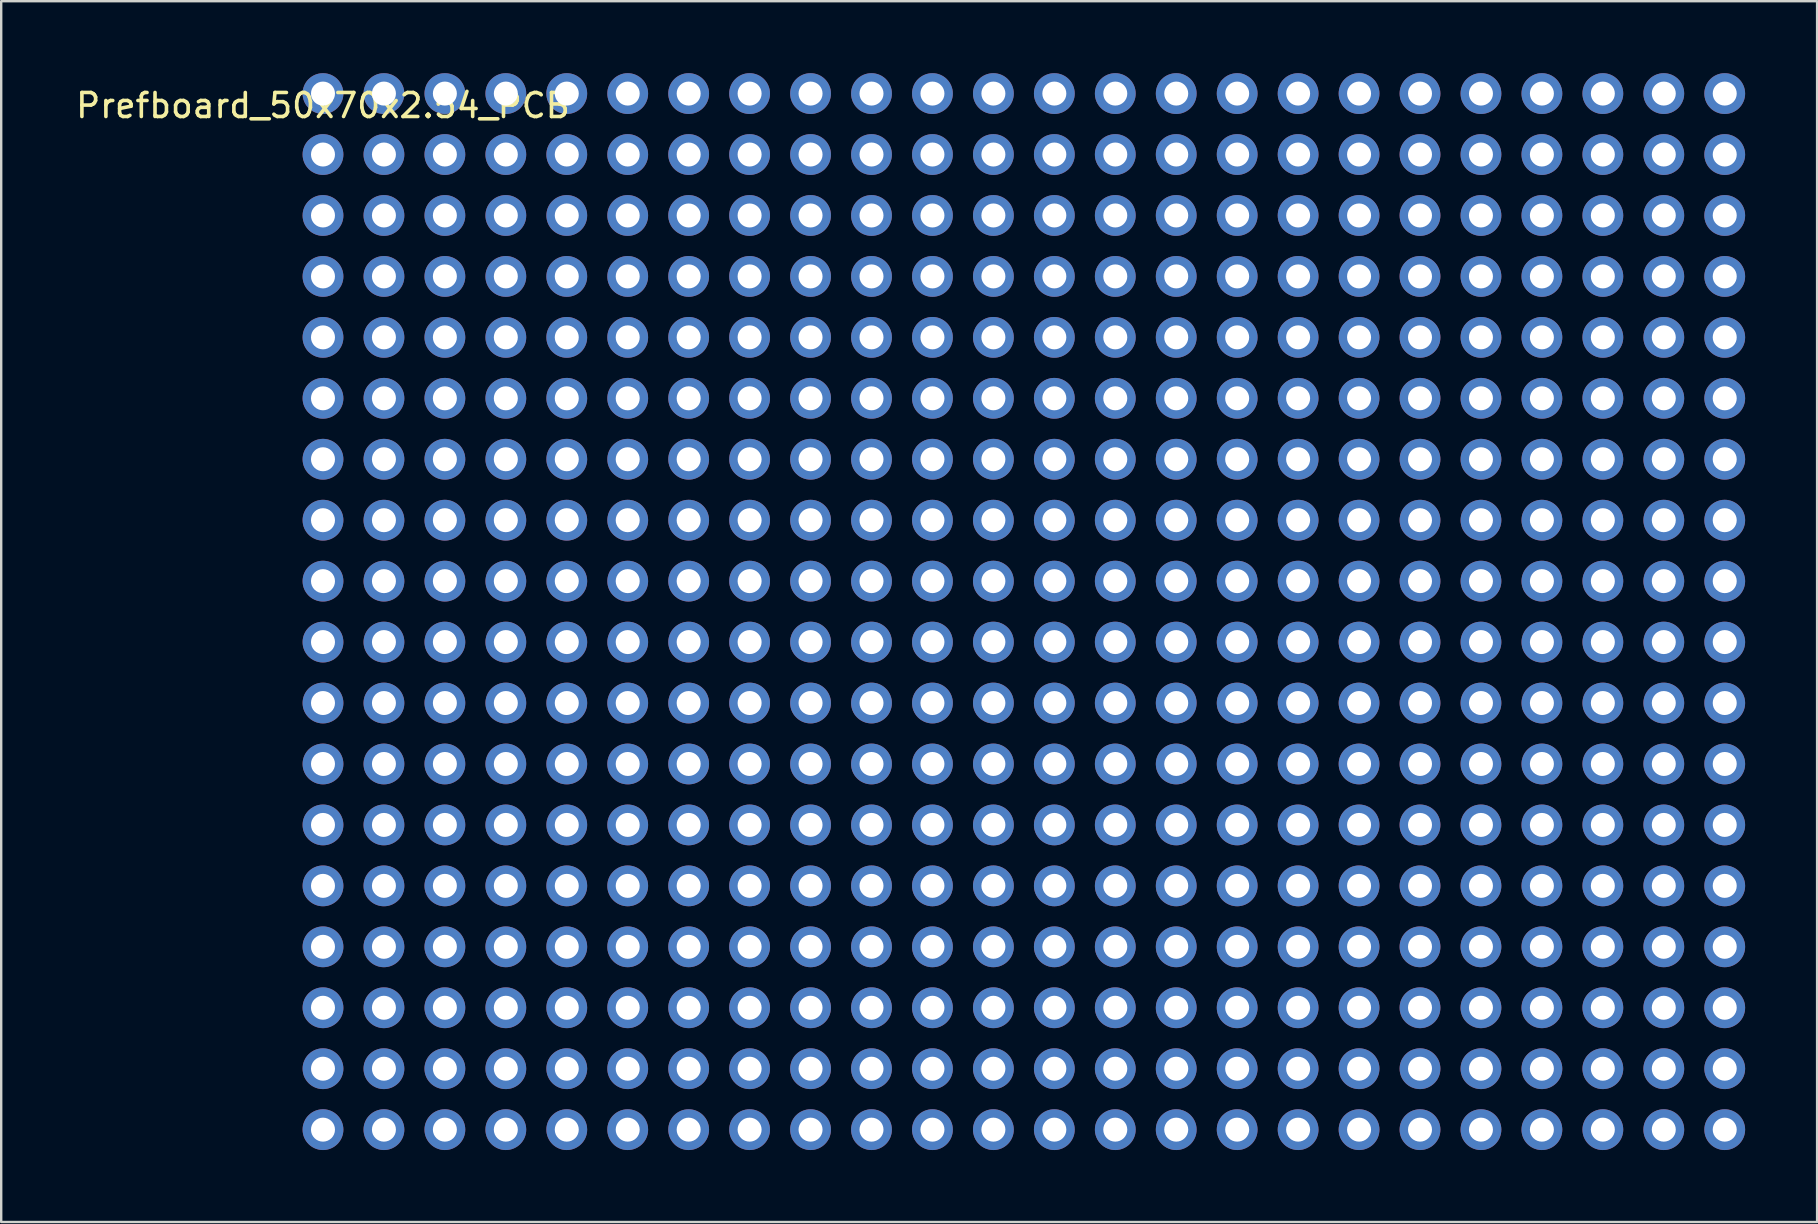
<source format=kicad_pcb>
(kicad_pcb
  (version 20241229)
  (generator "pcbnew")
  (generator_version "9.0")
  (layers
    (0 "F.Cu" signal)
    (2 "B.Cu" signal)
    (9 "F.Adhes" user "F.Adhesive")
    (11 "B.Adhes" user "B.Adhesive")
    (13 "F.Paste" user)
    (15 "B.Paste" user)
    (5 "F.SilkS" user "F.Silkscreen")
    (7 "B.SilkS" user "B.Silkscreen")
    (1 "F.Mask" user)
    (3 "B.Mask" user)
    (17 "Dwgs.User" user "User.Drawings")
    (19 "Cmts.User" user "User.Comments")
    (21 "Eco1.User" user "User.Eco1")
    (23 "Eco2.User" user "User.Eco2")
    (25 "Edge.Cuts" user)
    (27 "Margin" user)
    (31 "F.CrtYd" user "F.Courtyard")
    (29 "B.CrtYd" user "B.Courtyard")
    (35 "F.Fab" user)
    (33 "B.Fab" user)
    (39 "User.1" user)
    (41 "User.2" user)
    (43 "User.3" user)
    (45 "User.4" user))
  (footprint "Prefboard_50x70x2.54_PCB"
    (layer "F.Cu")
    (at 10.411 0.85)
    (property "Reference" "Prefboard_50x70x2.54_PCB" (at 0 0.5 0) (layer "F.SilkS") (effects (font (size 1 1) (thickness 0.15))))
    (attr through_hole)
    (pad "1" thru_hole circle (at 0 0) (size 1.7 1.7) (drill 1) (layers "*.Cu" "*.Mask"))
    (pad "2" thru_hole circle (at 2.54 0) (size 1.7 1.7) (drill 1) (layers "*.Cu" "*.Mask"))
    (pad "3" thru_hole circle (at 5.08 0) (size 1.7 1.7) (drill 1) (layers "*.Cu" "*.Mask"))
    (pad "4" thru_hole circle (at 7.62 0) (size 1.7 1.7) (drill 1) (layers "*.Cu" "*.Mask"))
    (pad "5" thru_hole circle (at 10.16 0) (size 1.7 1.7) (drill 1) (layers "*.Cu" "*.Mask"))
    (pad "6" thru_hole circle (at 12.7 0) (size 1.7 1.7) (drill 1) (layers "*.Cu" "*.Mask"))
    (pad "7" thru_hole circle (at 15.24 0) (size 1.7 1.7) (drill 1) (layers "*.Cu" "*.Mask"))
    (pad "8" thru_hole circle (at 17.78 0) (size 1.7 1.7) (drill 1) (layers "*.Cu" "*.Mask"))
    (pad "9" thru_hole circle (at 20.32 0) (size 1.7 1.7) (drill 1) (layers "*.Cu" "*.Mask"))
    (pad "10" thru_hole circle (at 22.86 0) (size 1.7 1.7) (drill 1) (layers "*.Cu" "*.Mask"))
    (pad "11" thru_hole circle (at 25.4 0) (size 1.7 1.7) (drill 1) (layers "*.Cu" "*.Mask"))
    (pad "12" thru_hole circle (at 27.94 0) (size 1.7 1.7) (drill 1) (layers "*.Cu" "*.Mask"))
    (pad "13" thru_hole circle (at 30.48 0) (size 1.7 1.7) (drill 1) (layers "*.Cu" "*.Mask"))
    (pad "14" thru_hole circle (at 33.02 0) (size 1.7 1.7) (drill 1) (layers "*.Cu" "*.Mask"))
    (pad "15" thru_hole circle (at 35.56 0) (size 1.7 1.7) (drill 1) (layers "*.Cu" "*.Mask"))
    (pad "16" thru_hole circle (at 38.1 0) (size 1.7 1.7) (drill 1) (layers "*.Cu" "*.Mask"))
    (pad "17" thru_hole circle (at 40.64 0) (size 1.7 1.7) (drill 1) (layers "*.Cu" "*.Mask"))
    (pad "18" thru_hole circle (at 43.18 0) (size 1.7 1.7) (drill 1) (layers "*.Cu" "*.Mask"))
    (pad "19" thru_hole circle (at 45.72 0) (size 1.7 1.7) (drill 1) (layers "*.Cu" "*.Mask"))
    (pad "20" thru_hole circle (at 48.26 0) (size 1.7 1.7) (drill 1) (layers "*.Cu" "*.Mask"))
    (pad "21" thru_hole circle (at 50.8 0) (size 1.7 1.7) (drill 1) (layers "*.Cu" "*.Mask"))
    (pad "22" thru_hole circle (at 53.34 0) (size 1.7 1.7) (drill 1) (layers "*.Cu" "*.Mask"))
    (pad "23" thru_hole circle (at 55.88 0) (size 1.7 1.7) (drill 1) (layers "*.Cu" "*.Mask"))
    (pad "24" thru_hole circle (at 58.42 0) (size 1.7 1.7) (drill 1) (layers "*.Cu" "*.Mask"))
    (pad "25" thru_hole circle (at 0 2.54) (size 1.7 1.7) (drill 1) (layers "*.Cu" "*.Mask"))
    (pad "26" thru_hole circle (at 2.54 2.54) (size 1.7 1.7) (drill 1) (layers "*.Cu" "*.Mask"))
    (pad "27" thru_hole circle (at 5.08 2.54) (size 1.7 1.7) (drill 1) (layers "*.Cu" "*.Mask"))
    (pad "28" thru_hole circle (at 7.62 2.54) (size 1.7 1.7) (drill 1) (layers "*.Cu" "*.Mask"))
    (pad "29" thru_hole circle (at 10.16 2.54) (size 1.7 1.7) (drill 1) (layers "*.Cu" "*.Mask"))
    (pad "30" thru_hole circle (at 12.7 2.54) (size 1.7 1.7) (drill 1) (layers "*.Cu" "*.Mask"))
    (pad "31" thru_hole circle (at 15.24 2.54) (size 1.7 1.7) (drill 1) (layers "*.Cu" "*.Mask"))
    (pad "32" thru_hole circle (at 17.78 2.54) (size 1.7 1.7) (drill 1) (layers "*.Cu" "*.Mask"))
    (pad "33" thru_hole circle (at 20.32 2.54) (size 1.7 1.7) (drill 1) (layers "*.Cu" "*.Mask"))
    (pad "34" thru_hole circle (at 22.86 2.54) (size 1.7 1.7) (drill 1) (layers "*.Cu" "*.Mask"))
    (pad "35" thru_hole circle (at 25.4 2.54) (size 1.7 1.7) (drill 1) (layers "*.Cu" "*.Mask"))
    (pad "36" thru_hole circle (at 27.94 2.54) (size 1.7 1.7) (drill 1) (layers "*.Cu" "*.Mask"))
    (pad "37" thru_hole circle (at 30.48 2.54) (size 1.7 1.7) (drill 1) (layers "*.Cu" "*.Mask"))
    (pad "38" thru_hole circle (at 33.02 2.54) (size 1.7 1.7) (drill 1) (layers "*.Cu" "*.Mask"))
    (pad "39" thru_hole circle (at 35.56 2.54) (size 1.7 1.7) (drill 1) (layers "*.Cu" "*.Mask"))
    (pad "40" thru_hole circle (at 38.1 2.54) (size 1.7 1.7) (drill 1) (layers "*.Cu" "*.Mask"))
    (pad "41" thru_hole circle (at 40.64 2.54) (size 1.7 1.7) (drill 1) (layers "*.Cu" "*.Mask"))
    (pad "42" thru_hole circle (at 43.18 2.54) (size 1.7 1.7) (drill 1) (layers "*.Cu" "*.Mask"))
    (pad "43" thru_hole circle (at 45.72 2.54) (size 1.7 1.7) (drill 1) (layers "*.Cu" "*.Mask"))
    (pad "44" thru_hole circle (at 48.26 2.54) (size 1.7 1.7) (drill 1) (layers "*.Cu" "*.Mask"))
    (pad "45" thru_hole circle (at 50.8 2.54) (size 1.7 1.7) (drill 1) (layers "*.Cu" "*.Mask"))
    (pad "46" thru_hole circle (at 53.34 2.54) (size 1.7 1.7) (drill 1) (layers "*.Cu" "*.Mask"))
    (pad "47" thru_hole circle (at 55.88 2.54) (size 1.7 1.7) (drill 1) (layers "*.Cu" "*.Mask"))
    (pad "48" thru_hole circle (at 58.42 2.54) (size 1.7 1.7) (drill 1) (layers "*.Cu" "*.Mask"))
    (pad "49" thru_hole circle (at 0 5.08) (size 1.7 1.7) (drill 1) (layers "*.Cu" "*.Mask"))
    (pad "50" thru_hole circle (at 2.54 5.08) (size 1.7 1.7) (drill 1) (layers "*.Cu" "*.Mask"))
    (pad "51" thru_hole circle (at 5.08 5.08) (size 1.7 1.7) (drill 1) (layers "*.Cu" "*.Mask"))
    (pad "52" thru_hole circle (at 7.62 5.08) (size 1.7 1.7) (drill 1) (layers "*.Cu" "*.Mask"))
    (pad "53" thru_hole circle (at 10.16 5.08) (size 1.7 1.7) (drill 1) (layers "*.Cu" "*.Mask"))
    (pad "54" thru_hole circle (at 12.7 5.08) (size 1.7 1.7) (drill 1) (layers "*.Cu" "*.Mask"))
    (pad "55" thru_hole circle (at 15.24 5.08) (size 1.7 1.7) (drill 1) (layers "*.Cu" "*.Mask"))
    (pad "56" thru_hole circle (at 17.78 5.08) (size 1.7 1.7) (drill 1) (layers "*.Cu" "*.Mask"))
    (pad "57" thru_hole circle (at 20.32 5.08) (size 1.7 1.7) (drill 1) (layers "*.Cu" "*.Mask"))
    (pad "58" thru_hole circle (at 22.86 5.08) (size 1.7 1.7) (drill 1) (layers "*.Cu" "*.Mask"))
    (pad "59" thru_hole circle (at 25.4 5.08) (size 1.7 1.7) (drill 1) (layers "*.Cu" "*.Mask"))
    (pad "60" thru_hole circle (at 27.94 5.08) (size 1.7 1.7) (drill 1) (layers "*.Cu" "*.Mask"))
    (pad "61" thru_hole circle (at 30.48 5.08) (size 1.7 1.7) (drill 1) (layers "*.Cu" "*.Mask"))
    (pad "62" thru_hole circle (at 33.02 5.08) (size 1.7 1.7) (drill 1) (layers "*.Cu" "*.Mask"))
    (pad "63" thru_hole circle (at 35.56 5.08) (size 1.7 1.7) (drill 1) (layers "*.Cu" "*.Mask"))
    (pad "64" thru_hole circle (at 38.1 5.08) (size 1.7 1.7) (drill 1) (layers "*.Cu" "*.Mask"))
    (pad "65" thru_hole circle (at 40.64 5.08) (size 1.7 1.7) (drill 1) (layers "*.Cu" "*.Mask"))
    (pad "66" thru_hole circle (at 43.18 5.08) (size 1.7 1.7) (drill 1) (layers "*.Cu" "*.Mask"))
    (pad "67" thru_hole circle (at 45.72 5.08) (size 1.7 1.7) (drill 1) (layers "*.Cu" "*.Mask"))
    (pad "68" thru_hole circle (at 48.26 5.08) (size 1.7 1.7) (drill 1) (layers "*.Cu" "*.Mask"))
    (pad "69" thru_hole circle (at 50.8 5.08) (size 1.7 1.7) (drill 1) (layers "*.Cu" "*.Mask"))
    (pad "70" thru_hole circle (at 53.34 5.08) (size 1.7 1.7) (drill 1) (layers "*.Cu" "*.Mask"))
    (pad "71" thru_hole circle (at 55.88 5.08) (size 1.7 1.7) (drill 1) (layers "*.Cu" "*.Mask"))
    (pad "72" thru_hole circle (at 58.42 5.08) (size 1.7 1.7) (drill 1) (layers "*.Cu" "*.Mask"))
    (pad "73" thru_hole circle (at 0 7.62) (size 1.7 1.7) (drill 1) (layers "*.Cu" "*.Mask"))
    (pad "74" thru_hole circle (at 2.54 7.62) (size 1.7 1.7) (drill 1) (layers "*.Cu" "*.Mask"))
    (pad "75" thru_hole circle (at 5.08 7.62) (size 1.7 1.7) (drill 1) (layers "*.Cu" "*.Mask"))
    (pad "76" thru_hole circle (at 7.62 7.62) (size 1.7 1.7) (drill 1) (layers "*.Cu" "*.Mask"))
    (pad "77" thru_hole circle (at 10.16 7.62) (size 1.7 1.7) (drill 1) (layers "*.Cu" "*.Mask"))
    (pad "78" thru_hole circle (at 12.7 7.62) (size 1.7 1.7) (drill 1) (layers "*.Cu" "*.Mask"))
    (pad "79" thru_hole circle (at 15.24 7.62) (size 1.7 1.7) (drill 1) (layers "*.Cu" "*.Mask"))
    (pad "80" thru_hole circle (at 17.78 7.62) (size 1.7 1.7) (drill 1) (layers "*.Cu" "*.Mask"))
    (pad "81" thru_hole circle (at 20.32 7.62) (size 1.7 1.7) (drill 1) (layers "*.Cu" "*.Mask"))
    (pad "82" thru_hole circle (at 22.86 7.62) (size 1.7 1.7) (drill 1) (layers "*.Cu" "*.Mask"))
    (pad "83" thru_hole circle (at 25.4 7.62) (size 1.7 1.7) (drill 1) (layers "*.Cu" "*.Mask"))
    (pad "84" thru_hole circle (at 27.94 7.62) (size 1.7 1.7) (drill 1) (layers "*.Cu" "*.Mask"))
    (pad "85" thru_hole circle (at 30.48 7.62) (size 1.7 1.7) (drill 1) (layers "*.Cu" "*.Mask"))
    (pad "86" thru_hole circle (at 33.02 7.62) (size 1.7 1.7) (drill 1) (layers "*.Cu" "*.Mask"))
    (pad "87" thru_hole circle (at 35.56 7.62) (size 1.7 1.7) (drill 1) (layers "*.Cu" "*.Mask"))
    (pad "88" thru_hole circle (at 38.1 7.62) (size 1.7 1.7) (drill 1) (layers "*.Cu" "*.Mask"))
    (pad "89" thru_hole circle (at 40.64 7.62) (size 1.7 1.7) (drill 1) (layers "*.Cu" "*.Mask"))
    (pad "90" thru_hole circle (at 43.18 7.62) (size 1.7 1.7) (drill 1) (layers "*.Cu" "*.Mask"))
    (pad "91" thru_hole circle (at 45.72 7.62) (size 1.7 1.7) (drill 1) (layers "*.Cu" "*.Mask"))
    (pad "92" thru_hole circle (at 48.26 7.62) (size 1.7 1.7) (drill 1) (layers "*.Cu" "*.Mask"))
    (pad "93" thru_hole circle (at 50.8 7.62) (size 1.7 1.7) (drill 1) (layers "*.Cu" "*.Mask"))
    (pad "94" thru_hole circle (at 53.34 7.62) (size 1.7 1.7) (drill 1) (layers "*.Cu" "*.Mask"))
    (pad "95" thru_hole circle (at 55.88 7.62) (size 1.7 1.7) (drill 1) (layers "*.Cu" "*.Mask"))
    (pad "96" thru_hole circle (at 58.42 7.62) (size 1.7 1.7) (drill 1) (layers "*.Cu" "*.Mask"))
    (pad "97" thru_hole circle (at 0 10.16) (size 1.7 1.7) (drill 1) (layers "*.Cu" "*.Mask"))
    (pad "98" thru_hole circle (at 2.54 10.16) (size 1.7 1.7) (drill 1) (layers "*.Cu" "*.Mask"))
    (pad "99" thru_hole circle (at 5.08 10.16) (size 1.7 1.7) (drill 1) (layers "*.Cu" "*.Mask"))
    (pad "100" thru_hole circle (at 7.62 10.16) (size 1.7 1.7) (drill 1) (layers "*.Cu" "*.Mask"))
    (pad "101" thru_hole circle (at 10.16 10.16) (size 1.7 1.7) (drill 1) (layers "*.Cu" "*.Mask"))
    (pad "102" thru_hole circle (at 12.7 10.16) (size 1.7 1.7) (drill 1) (layers "*.Cu" "*.Mask"))
    (pad "103" thru_hole circle (at 15.24 10.16) (size 1.7 1.7) (drill 1) (layers "*.Cu" "*.Mask"))
    (pad "104" thru_hole circle (at 17.78 10.16) (size 1.7 1.7) (drill 1) (layers "*.Cu" "*.Mask"))
    (pad "105" thru_hole circle (at 20.32 10.16) (size 1.7 1.7) (drill 1) (layers "*.Cu" "*.Mask"))
    (pad "106" thru_hole circle (at 22.86 10.16) (size 1.7 1.7) (drill 1) (layers "*.Cu" "*.Mask"))
    (pad "107" thru_hole circle (at 25.4 10.16) (size 1.7 1.7) (drill 1) (layers "*.Cu" "*.Mask"))
    (pad "108" thru_hole circle (at 27.94 10.16) (size 1.7 1.7) (drill 1) (layers "*.Cu" "*.Mask"))
    (pad "109" thru_hole circle (at 30.48 10.16) (size 1.7 1.7) (drill 1) (layers "*.Cu" "*.Mask"))
    (pad "110" thru_hole circle (at 33.02 10.16) (size 1.7 1.7) (drill 1) (layers "*.Cu" "*.Mask"))
    (pad "111" thru_hole circle (at 35.56 10.16) (size 1.7 1.7) (drill 1) (layers "*.Cu" "*.Mask"))
    (pad "112" thru_hole circle (at 38.1 10.16) (size 1.7 1.7) (drill 1) (layers "*.Cu" "*.Mask"))
    (pad "113" thru_hole circle (at 40.64 10.16) (size 1.7 1.7) (drill 1) (layers "*.Cu" "*.Mask"))
    (pad "114" thru_hole circle (at 43.18 10.16) (size 1.7 1.7) (drill 1) (layers "*.Cu" "*.Mask"))
    (pad "115" thru_hole circle (at 45.72 10.16) (size 1.7 1.7) (drill 1) (layers "*.Cu" "*.Mask"))
    (pad "116" thru_hole circle (at 48.26 10.16) (size 1.7 1.7) (drill 1) (layers "*.Cu" "*.Mask"))
    (pad "117" thru_hole circle (at 50.8 10.16) (size 1.7 1.7) (drill 1) (layers "*.Cu" "*.Mask"))
    (pad "118" thru_hole circle (at 53.34 10.16) (size 1.7 1.7) (drill 1) (layers "*.Cu" "*.Mask"))
    (pad "119" thru_hole circle (at 55.88 10.16) (size 1.7 1.7) (drill 1) (layers "*.Cu" "*.Mask"))
    (pad "120" thru_hole circle (at 58.42 10.16) (size 1.7 1.7) (drill 1) (layers "*.Cu" "*.Mask"))
    (pad "121" thru_hole circle (at 0 12.7) (size 1.7 1.7) (drill 1) (layers "*.Cu" "*.Mask"))
    (pad "122" thru_hole circle (at 2.54 12.7) (size 1.7 1.7) (drill 1) (layers "*.Cu" "*.Mask"))
    (pad "123" thru_hole circle (at 5.08 12.7) (size 1.7 1.7) (drill 1) (layers "*.Cu" "*.Mask"))
    (pad "124" thru_hole circle (at 7.62 12.7) (size 1.7 1.7) (drill 1) (layers "*.Cu" "*.Mask"))
    (pad "125" thru_hole circle (at 10.16 12.7) (size 1.7 1.7) (drill 1) (layers "*.Cu" "*.Mask"))
    (pad "126" thru_hole circle (at 12.7 12.7) (size 1.7 1.7) (drill 1) (layers "*.Cu" "*.Mask"))
    (pad "127" thru_hole circle (at 15.24 12.7) (size 1.7 1.7) (drill 1) (layers "*.Cu" "*.Mask"))
    (pad "128" thru_hole circle (at 17.78 12.7) (size 1.7 1.7) (drill 1) (layers "*.Cu" "*.Mask"))
    (pad "129" thru_hole circle (at 20.32 12.7) (size 1.7 1.7) (drill 1) (layers "*.Cu" "*.Mask"))
    (pad "130" thru_hole circle (at 22.86 12.7) (size 1.7 1.7) (drill 1) (layers "*.Cu" "*.Mask"))
    (pad "131" thru_hole circle (at 25.4 12.7) (size 1.7 1.7) (drill 1) (layers "*.Cu" "*.Mask"))
    (pad "132" thru_hole circle (at 27.94 12.7) (size 1.7 1.7) (drill 1) (layers "*.Cu" "*.Mask"))
    (pad "133" thru_hole circle (at 30.48 12.7) (size 1.7 1.7) (drill 1) (layers "*.Cu" "*.Mask"))
    (pad "134" thru_hole circle (at 33.02 12.7) (size 1.7 1.7) (drill 1) (layers "*.Cu" "*.Mask"))
    (pad "135" thru_hole circle (at 35.56 12.7) (size 1.7 1.7) (drill 1) (layers "*.Cu" "*.Mask"))
    (pad "136" thru_hole circle (at 38.1 12.7) (size 1.7 1.7) (drill 1) (layers "*.Cu" "*.Mask"))
    (pad "137" thru_hole circle (at 40.64 12.7) (size 1.7 1.7) (drill 1) (layers "*.Cu" "*.Mask"))
    (pad "138" thru_hole circle (at 43.18 12.7) (size 1.7 1.7) (drill 1) (layers "*.Cu" "*.Mask"))
    (pad "139" thru_hole circle (at 45.72 12.7) (size 1.7 1.7) (drill 1) (layers "*.Cu" "*.Mask"))
    (pad "140" thru_hole circle (at 48.26 12.7) (size 1.7 1.7) (drill 1) (layers "*.Cu" "*.Mask"))
    (pad "141" thru_hole circle (at 50.8 12.7) (size 1.7 1.7) (drill 1) (layers "*.Cu" "*.Mask"))
    (pad "142" thru_hole circle (at 53.34 12.7) (size 1.7 1.7) (drill 1) (layers "*.Cu" "*.Mask"))
    (pad "143" thru_hole circle (at 55.88 12.7) (size 1.7 1.7) (drill 1) (layers "*.Cu" "*.Mask"))
    (pad "144" thru_hole circle (at 58.42 12.7) (size 1.7 1.7) (drill 1) (layers "*.Cu" "*.Mask"))
    (pad "145" thru_hole circle (at 0 15.24) (size 1.7 1.7) (drill 1) (layers "*.Cu" "*.Mask"))
    (pad "146" thru_hole circle (at 2.54 15.24) (size 1.7 1.7) (drill 1) (layers "*.Cu" "*.Mask"))
    (pad "147" thru_hole circle (at 5.08 15.24) (size 1.7 1.7) (drill 1) (layers "*.Cu" "*.Mask"))
    (pad "148" thru_hole circle (at 7.62 15.24) (size 1.7 1.7) (drill 1) (layers "*.Cu" "*.Mask"))
    (pad "149" thru_hole circle (at 10.16 15.24) (size 1.7 1.7) (drill 1) (layers "*.Cu" "*.Mask"))
    (pad "150" thru_hole circle (at 12.7 15.24) (size 1.7 1.7) (drill 1) (layers "*.Cu" "*.Mask"))
    (pad "151" thru_hole circle (at 15.24 15.24) (size 1.7 1.7) (drill 1) (layers "*.Cu" "*.Mask"))
    (pad "152" thru_hole circle (at 17.78 15.24) (size 1.7 1.7) (drill 1) (layers "*.Cu" "*.Mask"))
    (pad "153" thru_hole circle (at 20.32 15.24) (size 1.7 1.7) (drill 1) (layers "*.Cu" "*.Mask"))
    (pad "154" thru_hole circle (at 22.86 15.24) (size 1.7 1.7) (drill 1) (layers "*.Cu" "*.Mask"))
    (pad "155" thru_hole circle (at 25.4 15.24) (size 1.7 1.7) (drill 1) (layers "*.Cu" "*.Mask"))
    (pad "156" thru_hole circle (at 27.94 15.24) (size 1.7 1.7) (drill 1) (layers "*.Cu" "*.Mask"))
    (pad "157" thru_hole circle (at 30.48 15.24) (size 1.7 1.7) (drill 1) (layers "*.Cu" "*.Mask"))
    (pad "158" thru_hole circle (at 33.02 15.24) (size 1.7 1.7) (drill 1) (layers "*.Cu" "*.Mask"))
    (pad "159" thru_hole circle (at 35.56 15.24) (size 1.7 1.7) (drill 1) (layers "*.Cu" "*.Mask"))
    (pad "160" thru_hole circle (at 38.1 15.24) (size 1.7 1.7) (drill 1) (layers "*.Cu" "*.Mask"))
    (pad "161" thru_hole circle (at 40.64 15.24) (size 1.7 1.7) (drill 1) (layers "*.Cu" "*.Mask"))
    (pad "162" thru_hole circle (at 43.18 15.24) (size 1.7 1.7) (drill 1) (layers "*.Cu" "*.Mask"))
    (pad "163" thru_hole circle (at 45.72 15.24) (size 1.7 1.7) (drill 1) (layers "*.Cu" "*.Mask"))
    (pad "164" thru_hole circle (at 48.26 15.24) (size 1.7 1.7) (drill 1) (layers "*.Cu" "*.Mask"))
    (pad "165" thru_hole circle (at 50.8 15.24) (size 1.7 1.7) (drill 1) (layers "*.Cu" "*.Mask"))
    (pad "166" thru_hole circle (at 53.34 15.24) (size 1.7 1.7) (drill 1) (layers "*.Cu" "*.Mask"))
    (pad "167" thru_hole circle (at 55.88 15.24) (size 1.7 1.7) (drill 1) (layers "*.Cu" "*.Mask"))
    (pad "168" thru_hole circle (at 58.42 15.24) (size 1.7 1.7) (drill 1) (layers "*.Cu" "*.Mask"))
    (pad "169" thru_hole circle (at 0 17.78) (size 1.7 1.7) (drill 1) (layers "*.Cu" "*.Mask"))
    (pad "170" thru_hole circle (at 2.54 17.78) (size 1.7 1.7) (drill 1) (layers "*.Cu" "*.Mask"))
    (pad "171" thru_hole circle (at 5.08 17.78) (size 1.7 1.7) (drill 1) (layers "*.Cu" "*.Mask"))
    (pad "172" thru_hole circle (at 7.62 17.78) (size 1.7 1.7) (drill 1) (layers "*.Cu" "*.Mask"))
    (pad "173" thru_hole circle (at 10.16 17.78) (size 1.7 1.7) (drill 1) (layers "*.Cu" "*.Mask"))
    (pad "174" thru_hole circle (at 12.7 17.78) (size 1.7 1.7) (drill 1) (layers "*.Cu" "*.Mask"))
    (pad "175" thru_hole circle (at 15.24 17.78) (size 1.7 1.7) (drill 1) (layers "*.Cu" "*.Mask"))
    (pad "176" thru_hole circle (at 17.78 17.78) (size 1.7 1.7) (drill 1) (layers "*.Cu" "*.Mask"))
    (pad "177" thru_hole circle (at 20.32 17.78) (size 1.7 1.7) (drill 1) (layers "*.Cu" "*.Mask"))
    (pad "178" thru_hole circle (at 22.86 17.78) (size 1.7 1.7) (drill 1) (layers "*.Cu" "*.Mask"))
    (pad "179" thru_hole circle (at 25.4 17.78) (size 1.7 1.7) (drill 1) (layers "*.Cu" "*.Mask"))
    (pad "180" thru_hole circle (at 27.94 17.78) (size 1.7 1.7) (drill 1) (layers "*.Cu" "*.Mask"))
    (pad "181" thru_hole circle (at 30.48 17.78) (size 1.7 1.7) (drill 1) (layers "*.Cu" "*.Mask"))
    (pad "182" thru_hole circle (at 33.02 17.78) (size 1.7 1.7) (drill 1) (layers "*.Cu" "*.Mask"))
    (pad "183" thru_hole circle (at 35.56 17.78) (size 1.7 1.7) (drill 1) (layers "*.Cu" "*.Mask"))
    (pad "184" thru_hole circle (at 38.1 17.78) (size 1.7 1.7) (drill 1) (layers "*.Cu" "*.Mask"))
    (pad "185" thru_hole circle (at 40.64 17.78) (size 1.7 1.7) (drill 1) (layers "*.Cu" "*.Mask"))
    (pad "186" thru_hole circle (at 43.18 17.78) (size 1.7 1.7) (drill 1) (layers "*.Cu" "*.Mask"))
    (pad "187" thru_hole circle (at 45.72 17.78) (size 1.7 1.7) (drill 1) (layers "*.Cu" "*.Mask"))
    (pad "188" thru_hole circle (at 48.26 17.78) (size 1.7 1.7) (drill 1) (layers "*.Cu" "*.Mask"))
    (pad "189" thru_hole circle (at 50.8 17.78) (size 1.7 1.7) (drill 1) (layers "*.Cu" "*.Mask"))
    (pad "190" thru_hole circle (at 53.34 17.78) (size 1.7 1.7) (drill 1) (layers "*.Cu" "*.Mask"))
    (pad "191" thru_hole circle (at 55.88 17.78) (size 1.7 1.7) (drill 1) (layers "*.Cu" "*.Mask"))
    (pad "192" thru_hole circle (at 58.42 17.78) (size 1.7 1.7) (drill 1) (layers "*.Cu" "*.Mask"))
    (pad "193" thru_hole circle (at 0 20.32) (size 1.7 1.7) (drill 1) (layers "*.Cu" "*.Mask"))
    (pad "194" thru_hole circle (at 2.54 20.32) (size 1.7 1.7) (drill 1) (layers "*.Cu" "*.Mask"))
    (pad "195" thru_hole circle (at 5.08 20.32) (size 1.7 1.7) (drill 1) (layers "*.Cu" "*.Mask"))
    (pad "196" thru_hole circle (at 7.62 20.32) (size 1.7 1.7) (drill 1) (layers "*.Cu" "*.Mask"))
    (pad "197" thru_hole circle (at 10.16 20.32) (size 1.7 1.7) (drill 1) (layers "*.Cu" "*.Mask"))
    (pad "198" thru_hole circle (at 12.7 20.32) (size 1.7 1.7) (drill 1) (layers "*.Cu" "*.Mask"))
    (pad "199" thru_hole circle (at 15.24 20.32) (size 1.7 1.7) (drill 1) (layers "*.Cu" "*.Mask"))
    (pad "200" thru_hole circle (at 17.78 20.32) (size 1.7 1.7) (drill 1) (layers "*.Cu" "*.Mask"))
    (pad "201" thru_hole circle (at 20.32 20.32) (size 1.7 1.7) (drill 1) (layers "*.Cu" "*.Mask"))
    (pad "202" thru_hole circle (at 22.86 20.32) (size 1.7 1.7) (drill 1) (layers "*.Cu" "*.Mask"))
    (pad "203" thru_hole circle (at 25.4 20.32) (size 1.7 1.7) (drill 1) (layers "*.Cu" "*.Mask"))
    (pad "204" thru_hole circle (at 27.94 20.32) (size 1.7 1.7) (drill 1) (layers "*.Cu" "*.Mask"))
    (pad "205" thru_hole circle (at 30.48 20.32) (size 1.7 1.7) (drill 1) (layers "*.Cu" "*.Mask"))
    (pad "206" thru_hole circle (at 33.02 20.32) (size 1.7 1.7) (drill 1) (layers "*.Cu" "*.Mask"))
    (pad "207" thru_hole circle (at 35.56 20.32) (size 1.7 1.7) (drill 1) (layers "*.Cu" "*.Mask"))
    (pad "208" thru_hole circle (at 38.1 20.32) (size 1.7 1.7) (drill 1) (layers "*.Cu" "*.Mask"))
    (pad "209" thru_hole circle (at 40.64 20.32) (size 1.7 1.7) (drill 1) (layers "*.Cu" "*.Mask"))
    (pad "210" thru_hole circle (at 43.18 20.32) (size 1.7 1.7) (drill 1) (layers "*.Cu" "*.Mask"))
    (pad "211" thru_hole circle (at 45.72 20.32) (size 1.7 1.7) (drill 1) (layers "*.Cu" "*.Mask"))
    (pad "212" thru_hole circle (at 48.26 20.32) (size 1.7 1.7) (drill 1) (layers "*.Cu" "*.Mask"))
    (pad "213" thru_hole circle (at 50.8 20.32) (size 1.7 1.7) (drill 1) (layers "*.Cu" "*.Mask"))
    (pad "214" thru_hole circle (at 53.34 20.32) (size 1.7 1.7) (drill 1) (layers "*.Cu" "*.Mask"))
    (pad "215" thru_hole circle (at 55.88 20.32) (size 1.7 1.7) (drill 1) (layers "*.Cu" "*.Mask"))
    (pad "216" thru_hole circle (at 58.42 20.32) (size 1.7 1.7) (drill 1) (layers "*.Cu" "*.Mask"))
    (pad "217" thru_hole circle (at 0 22.86) (size 1.7 1.7) (drill 1) (layers "*.Cu" "*.Mask"))
    (pad "218" thru_hole circle (at 2.54 22.86) (size 1.7 1.7) (drill 1) (layers "*.Cu" "*.Mask"))
    (pad "219" thru_hole circle (at 5.08 22.86) (size 1.7 1.7) (drill 1) (layers "*.Cu" "*.Mask"))
    (pad "220" thru_hole circle (at 7.62 22.86) (size 1.7 1.7) (drill 1) (layers "*.Cu" "*.Mask"))
    (pad "221" thru_hole circle (at 10.16 22.86) (size 1.7 1.7) (drill 1) (layers "*.Cu" "*.Mask"))
    (pad "222" thru_hole circle (at 12.7 22.86) (size 1.7 1.7) (drill 1) (layers "*.Cu" "*.Mask"))
    (pad "223" thru_hole circle (at 15.24 22.86) (size 1.7 1.7) (drill 1) (layers "*.Cu" "*.Mask"))
    (pad "224" thru_hole circle (at 17.78 22.86) (size 1.7 1.7) (drill 1) (layers "*.Cu" "*.Mask"))
    (pad "225" thru_hole circle (at 20.32 22.86) (size 1.7 1.7) (drill 1) (layers "*.Cu" "*.Mask"))
    (pad "226" thru_hole circle (at 22.86 22.86) (size 1.7 1.7) (drill 1) (layers "*.Cu" "*.Mask"))
    (pad "227" thru_hole circle (at 25.4 22.86) (size 1.7 1.7) (drill 1) (layers "*.Cu" "*.Mask"))
    (pad "228" thru_hole circle (at 27.94 22.86) (size 1.7 1.7) (drill 1) (layers "*.Cu" "*.Mask"))
    (pad "229" thru_hole circle (at 30.48 22.86) (size 1.7 1.7) (drill 1) (layers "*.Cu" "*.Mask"))
    (pad "230" thru_hole circle (at 33.02 22.86) (size 1.7 1.7) (drill 1) (layers "*.Cu" "*.Mask"))
    (pad "231" thru_hole circle (at 35.56 22.86) (size 1.7 1.7) (drill 1) (layers "*.Cu" "*.Mask"))
    (pad "232" thru_hole circle (at 38.1 22.86) (size 1.7 1.7) (drill 1) (layers "*.Cu" "*.Mask"))
    (pad "233" thru_hole circle (at 40.64 22.86) (size 1.7 1.7) (drill 1) (layers "*.Cu" "*.Mask"))
    (pad "234" thru_hole circle (at 43.18 22.86) (size 1.7 1.7) (drill 1) (layers "*.Cu" "*.Mask"))
    (pad "235" thru_hole circle (at 45.72 22.86) (size 1.7 1.7) (drill 1) (layers "*.Cu" "*.Mask"))
    (pad "236" thru_hole circle (at 48.26 22.86) (size 1.7 1.7) (drill 1) (layers "*.Cu" "*.Mask"))
    (pad "237" thru_hole circle (at 50.8 22.86) (size 1.7 1.7) (drill 1) (layers "*.Cu" "*.Mask"))
    (pad "238" thru_hole circle (at 53.34 22.86) (size 1.7 1.7) (drill 1) (layers "*.Cu" "*.Mask"))
    (pad "239" thru_hole circle (at 55.88 22.86) (size 1.7 1.7) (drill 1) (layers "*.Cu" "*.Mask"))
    (pad "240" thru_hole circle (at 58.42 22.86) (size 1.7 1.7) (drill 1) (layers "*.Cu" "*.Mask"))
    (pad "241" thru_hole circle (at 0 25.4) (size 1.7 1.7) (drill 1) (layers "*.Cu" "*.Mask"))
    (pad "242" thru_hole circle (at 2.54 25.4) (size 1.7 1.7) (drill 1) (layers "*.Cu" "*.Mask"))
    (pad "243" thru_hole circle (at 5.08 25.4) (size 1.7 1.7) (drill 1) (layers "*.Cu" "*.Mask"))
    (pad "244" thru_hole circle (at 7.62 25.4) (size 1.7 1.7) (drill 1) (layers "*.Cu" "*.Mask"))
    (pad "245" thru_hole circle (at 10.16 25.4) (size 1.7 1.7) (drill 1) (layers "*.Cu" "*.Mask"))
    (pad "246" thru_hole circle (at 12.7 25.4) (size 1.7 1.7) (drill 1) (layers "*.Cu" "*.Mask"))
    (pad "247" thru_hole circle (at 15.24 25.4) (size 1.7 1.7) (drill 1) (layers "*.Cu" "*.Mask"))
    (pad "248" thru_hole circle (at 17.78 25.4) (size 1.7 1.7) (drill 1) (layers "*.Cu" "*.Mask"))
    (pad "249" thru_hole circle (at 20.32 25.4) (size 1.7 1.7) (drill 1) (layers "*.Cu" "*.Mask"))
    (pad "250" thru_hole circle (at 22.86 25.4) (size 1.7 1.7) (drill 1) (layers "*.Cu" "*.Mask"))
    (pad "251" thru_hole circle (at 25.4 25.4) (size 1.7 1.7) (drill 1) (layers "*.Cu" "*.Mask"))
    (pad "252" thru_hole circle (at 27.94 25.4) (size 1.7 1.7) (drill 1) (layers "*.Cu" "*.Mask"))
    (pad "253" thru_hole circle (at 30.48 25.4) (size 1.7 1.7) (drill 1) (layers "*.Cu" "*.Mask"))
    (pad "254" thru_hole circle (at 33.02 25.4) (size 1.7 1.7) (drill 1) (layers "*.Cu" "*.Mask"))
    (pad "255" thru_hole circle (at 35.56 25.4) (size 1.7 1.7) (drill 1) (layers "*.Cu" "*.Mask"))
    (pad "256" thru_hole circle (at 38.1 25.4) (size 1.7 1.7) (drill 1) (layers "*.Cu" "*.Mask"))
    (pad "257" thru_hole circle (at 40.64 25.4) (size 1.7 1.7) (drill 1) (layers "*.Cu" "*.Mask"))
    (pad "258" thru_hole circle (at 43.18 25.4) (size 1.7 1.7) (drill 1) (layers "*.Cu" "*.Mask"))
    (pad "259" thru_hole circle (at 45.72 25.4) (size 1.7 1.7) (drill 1) (layers "*.Cu" "*.Mask"))
    (pad "260" thru_hole circle (at 48.26 25.4) (size 1.7 1.7) (drill 1) (layers "*.Cu" "*.Mask"))
    (pad "261" thru_hole circle (at 50.8 25.4) (size 1.7 1.7) (drill 1) (layers "*.Cu" "*.Mask"))
    (pad "262" thru_hole circle (at 53.34 25.4) (size 1.7 1.7) (drill 1) (layers "*.Cu" "*.Mask"))
    (pad "263" thru_hole circle (at 55.88 25.4) (size 1.7 1.7) (drill 1) (layers "*.Cu" "*.Mask"))
    (pad "264" thru_hole circle (at 58.42 25.4) (size 1.7 1.7) (drill 1) (layers "*.Cu" "*.Mask"))
    (pad "265" thru_hole circle (at 0 27.94) (size 1.7 1.7) (drill 1) (layers "*.Cu" "*.Mask"))
    (pad "266" thru_hole circle (at 2.54 27.94) (size 1.7 1.7) (drill 1) (layers "*.Cu" "*.Mask"))
    (pad "267" thru_hole circle (at 5.08 27.94) (size 1.7 1.7) (drill 1) (layers "*.Cu" "*.Mask"))
    (pad "268" thru_hole circle (at 7.62 27.94) (size 1.7 1.7) (drill 1) (layers "*.Cu" "*.Mask"))
    (pad "269" thru_hole circle (at 10.16 27.94) (size 1.7 1.7) (drill 1) (layers "*.Cu" "*.Mask"))
    (pad "270" thru_hole circle (at 12.7 27.94) (size 1.7 1.7) (drill 1) (layers "*.Cu" "*.Mask"))
    (pad "271" thru_hole circle (at 15.24 27.94) (size 1.7 1.7) (drill 1) (layers "*.Cu" "*.Mask"))
    (pad "272" thru_hole circle (at 17.78 27.94) (size 1.7 1.7) (drill 1) (layers "*.Cu" "*.Mask"))
    (pad "273" thru_hole circle (at 20.32 27.94) (size 1.7 1.7) (drill 1) (layers "*.Cu" "*.Mask"))
    (pad "274" thru_hole circle (at 22.86 27.94) (size 1.7 1.7) (drill 1) (layers "*.Cu" "*.Mask"))
    (pad "275" thru_hole circle (at 25.4 27.94) (size 1.7 1.7) (drill 1) (layers "*.Cu" "*.Mask"))
    (pad "276" thru_hole circle (at 27.94 27.94) (size 1.7 1.7) (drill 1) (layers "*.Cu" "*.Mask"))
    (pad "277" thru_hole circle (at 30.48 27.94) (size 1.7 1.7) (drill 1) (layers "*.Cu" "*.Mask"))
    (pad "278" thru_hole circle (at 33.02 27.94) (size 1.7 1.7) (drill 1) (layers "*.Cu" "*.Mask"))
    (pad "279" thru_hole circle (at 35.56 27.94) (size 1.7 1.7) (drill 1) (layers "*.Cu" "*.Mask"))
    (pad "280" thru_hole circle (at 38.1 27.94) (size 1.7 1.7) (drill 1) (layers "*.Cu" "*.Mask"))
    (pad "281" thru_hole circle (at 40.64 27.94) (size 1.7 1.7) (drill 1) (layers "*.Cu" "*.Mask"))
    (pad "282" thru_hole circle (at 43.18 27.94) (size 1.7 1.7) (drill 1) (layers "*.Cu" "*.Mask"))
    (pad "283" thru_hole circle (at 45.72 27.94) (size 1.7 1.7) (drill 1) (layers "*.Cu" "*.Mask"))
    (pad "284" thru_hole circle (at 48.26 27.94) (size 1.7 1.7) (drill 1) (layers "*.Cu" "*.Mask"))
    (pad "285" thru_hole circle (at 50.8 27.94) (size 1.7 1.7) (drill 1) (layers "*.Cu" "*.Mask"))
    (pad "286" thru_hole circle (at 53.34 27.94) (size 1.7 1.7) (drill 1) (layers "*.Cu" "*.Mask"))
    (pad "287" thru_hole circle (at 55.88 27.94) (size 1.7 1.7) (drill 1) (layers "*.Cu" "*.Mask"))
    (pad "288" thru_hole circle (at 58.42 27.94) (size 1.7 1.7) (drill 1) (layers "*.Cu" "*.Mask"))
    (pad "289" thru_hole circle (at 0 30.48) (size 1.7 1.7) (drill 1) (layers "*.Cu" "*.Mask"))
    (pad "290" thru_hole circle (at 2.54 30.48) (size 1.7 1.7) (drill 1) (layers "*.Cu" "*.Mask"))
    (pad "291" thru_hole circle (at 5.08 30.48) (size 1.7 1.7) (drill 1) (layers "*.Cu" "*.Mask"))
    (pad "292" thru_hole circle (at 7.62 30.48) (size 1.7 1.7) (drill 1) (layers "*.Cu" "*.Mask"))
    (pad "293" thru_hole circle (at 10.16 30.48) (size 1.7 1.7) (drill 1) (layers "*.Cu" "*.Mask"))
    (pad "294" thru_hole circle (at 12.7 30.48) (size 1.7 1.7) (drill 1) (layers "*.Cu" "*.Mask"))
    (pad "295" thru_hole circle (at 15.24 30.48) (size 1.7 1.7) (drill 1) (layers "*.Cu" "*.Mask"))
    (pad "296" thru_hole circle (at 17.78 30.48) (size 1.7 1.7) (drill 1) (layers "*.Cu" "*.Mask"))
    (pad "297" thru_hole circle (at 20.32 30.48) (size 1.7 1.7) (drill 1) (layers "*.Cu" "*.Mask"))
    (pad "298" thru_hole circle (at 22.86 30.48) (size 1.7 1.7) (drill 1) (layers "*.Cu" "*.Mask"))
    (pad "299" thru_hole circle (at 25.4 30.48) (size 1.7 1.7) (drill 1) (layers "*.Cu" "*.Mask"))
    (pad "300" thru_hole circle (at 27.94 30.48) (size 1.7 1.7) (drill 1) (layers "*.Cu" "*.Mask"))
    (pad "301" thru_hole circle (at 30.48 30.48) (size 1.7 1.7) (drill 1) (layers "*.Cu" "*.Mask"))
    (pad "302" thru_hole circle (at 33.02 30.48) (size 1.7 1.7) (drill 1) (layers "*.Cu" "*.Mask"))
    (pad "303" thru_hole circle (at 35.56 30.48) (size 1.7 1.7) (drill 1) (layers "*.Cu" "*.Mask"))
    (pad "304" thru_hole circle (at 38.1 30.48) (size 1.7 1.7) (drill 1) (layers "*.Cu" "*.Mask"))
    (pad "305" thru_hole circle (at 40.64 30.48) (size 1.7 1.7) (drill 1) (layers "*.Cu" "*.Mask"))
    (pad "306" thru_hole circle (at 43.18 30.48) (size 1.7 1.7) (drill 1) (layers "*.Cu" "*.Mask"))
    (pad "307" thru_hole circle (at 45.72 30.48) (size 1.7 1.7) (drill 1) (layers "*.Cu" "*.Mask"))
    (pad "308" thru_hole circle (at 48.26 30.48) (size 1.7 1.7) (drill 1) (layers "*.Cu" "*.Mask"))
    (pad "309" thru_hole circle (at 50.8 30.48) (size 1.7 1.7) (drill 1) (layers "*.Cu" "*.Mask"))
    (pad "310" thru_hole circle (at 53.34 30.48) (size 1.7 1.7) (drill 1) (layers "*.Cu" "*.Mask"))
    (pad "311" thru_hole circle (at 55.88 30.48) (size 1.7 1.7) (drill 1) (layers "*.Cu" "*.Mask"))
    (pad "312" thru_hole circle (at 58.42 30.48) (size 1.7 1.7) (drill 1) (layers "*.Cu" "*.Mask"))
    (pad "313" thru_hole circle (at 0 33.02) (size 1.7 1.7) (drill 1) (layers "*.Cu" "*.Mask"))
    (pad "314" thru_hole circle (at 2.54 33.02) (size 1.7 1.7) (drill 1) (layers "*.Cu" "*.Mask"))
    (pad "315" thru_hole circle (at 5.08 33.02) (size 1.7 1.7) (drill 1) (layers "*.Cu" "*.Mask"))
    (pad "316" thru_hole circle (at 7.62 33.02) (size 1.7 1.7) (drill 1) (layers "*.Cu" "*.Mask"))
    (pad "317" thru_hole circle (at 10.16 33.02) (size 1.7 1.7) (drill 1) (layers "*.Cu" "*.Mask"))
    (pad "318" thru_hole circle (at 12.7 33.02) (size 1.7 1.7) (drill 1) (layers "*.Cu" "*.Mask"))
    (pad "319" thru_hole circle (at 15.24 33.02) (size 1.7 1.7) (drill 1) (layers "*.Cu" "*.Mask"))
    (pad "320" thru_hole circle (at 17.78 33.02) (size 1.7 1.7) (drill 1) (layers "*.Cu" "*.Mask"))
    (pad "321" thru_hole circle (at 20.32 33.02) (size 1.7 1.7) (drill 1) (layers "*.Cu" "*.Mask"))
    (pad "322" thru_hole circle (at 22.86 33.02) (size 1.7 1.7) (drill 1) (layers "*.Cu" "*.Mask"))
    (pad "323" thru_hole circle (at 25.4 33.02) (size 1.7 1.7) (drill 1) (layers "*.Cu" "*.Mask"))
    (pad "324" thru_hole circle (at 27.94 33.02) (size 1.7 1.7) (drill 1) (layers "*.Cu" "*.Mask"))
    (pad "325" thru_hole circle (at 30.48 33.02) (size 1.7 1.7) (drill 1) (layers "*.Cu" "*.Mask"))
    (pad "326" thru_hole circle (at 33.02 33.02) (size 1.7 1.7) (drill 1) (layers "*.Cu" "*.Mask"))
    (pad "327" thru_hole circle (at 35.56 33.02) (size 1.7 1.7) (drill 1) (layers "*.Cu" "*.Mask"))
    (pad "328" thru_hole circle (at 38.1 33.02) (size 1.7 1.7) (drill 1) (layers "*.Cu" "*.Mask"))
    (pad "329" thru_hole circle (at 40.64 33.02) (size 1.7 1.7) (drill 1) (layers "*.Cu" "*.Mask"))
    (pad "330" thru_hole circle (at 43.18 33.02) (size 1.7 1.7) (drill 1) (layers "*.Cu" "*.Mask"))
    (pad "331" thru_hole circle (at 45.72 33.02) (size 1.7 1.7) (drill 1) (layers "*.Cu" "*.Mask"))
    (pad "332" thru_hole circle (at 48.26 33.02) (size 1.7 1.7) (drill 1) (layers "*.Cu" "*.Mask"))
    (pad "333" thru_hole circle (at 50.8 33.02) (size 1.7 1.7) (drill 1) (layers "*.Cu" "*.Mask"))
    (pad "334" thru_hole circle (at 53.34 33.02) (size 1.7 1.7) (drill 1) (layers "*.Cu" "*.Mask"))
    (pad "335" thru_hole circle (at 55.88 33.02) (size 1.7 1.7) (drill 1) (layers "*.Cu" "*.Mask"))
    (pad "336" thru_hole circle (at 58.42 33.02) (size 1.7 1.7) (drill 1) (layers "*.Cu" "*.Mask"))
    (pad "337" thru_hole circle (at 0 35.56) (size 1.7 1.7) (drill 1) (layers "*.Cu" "*.Mask"))
    (pad "338" thru_hole circle (at 2.54 35.56) (size 1.7 1.7) (drill 1) (layers "*.Cu" "*.Mask"))
    (pad "339" thru_hole circle (at 5.08 35.56) (size 1.7 1.7) (drill 1) (layers "*.Cu" "*.Mask"))
    (pad "340" thru_hole circle (at 7.62 35.56) (size 1.7 1.7) (drill 1) (layers "*.Cu" "*.Mask"))
    (pad "341" thru_hole circle (at 10.16 35.56) (size 1.7 1.7) (drill 1) (layers "*.Cu" "*.Mask"))
    (pad "342" thru_hole circle (at 12.7 35.56) (size 1.7 1.7) (drill 1) (layers "*.Cu" "*.Mask"))
    (pad "343" thru_hole circle (at 15.24 35.56) (size 1.7 1.7) (drill 1) (layers "*.Cu" "*.Mask"))
    (pad "344" thru_hole circle (at 17.78 35.56) (size 1.7 1.7) (drill 1) (layers "*.Cu" "*.Mask"))
    (pad "345" thru_hole circle (at 20.32 35.56) (size 1.7 1.7) (drill 1) (layers "*.Cu" "*.Mask"))
    (pad "346" thru_hole circle (at 22.86 35.56) (size 1.7 1.7) (drill 1) (layers "*.Cu" "*.Mask"))
    (pad "347" thru_hole circle (at 25.4 35.56) (size 1.7 1.7) (drill 1) (layers "*.Cu" "*.Mask"))
    (pad "348" thru_hole circle (at 27.94 35.56) (size 1.7 1.7) (drill 1) (layers "*.Cu" "*.Mask"))
    (pad "349" thru_hole circle (at 30.48 35.56) (size 1.7 1.7) (drill 1) (layers "*.Cu" "*.Mask"))
    (pad "350" thru_hole circle (at 33.02 35.56) (size 1.7 1.7) (drill 1) (layers "*.Cu" "*.Mask"))
    (pad "351" thru_hole circle (at 35.56 35.56) (size 1.7 1.7) (drill 1) (layers "*.Cu" "*.Mask"))
    (pad "352" thru_hole circle (at 38.1 35.56) (size 1.7 1.7) (drill 1) (layers "*.Cu" "*.Mask"))
    (pad "353" thru_hole circle (at 40.64 35.56) (size 1.7 1.7) (drill 1) (layers "*.Cu" "*.Mask"))
    (pad "354" thru_hole circle (at 43.18 35.56) (size 1.7 1.7) (drill 1) (layers "*.Cu" "*.Mask"))
    (pad "355" thru_hole circle (at 45.72 35.56) (size 1.7 1.7) (drill 1) (layers "*.Cu" "*.Mask"))
    (pad "356" thru_hole circle (at 48.26 35.56) (size 1.7 1.7) (drill 1) (layers "*.Cu" "*.Mask"))
    (pad "357" thru_hole circle (at 50.8 35.56) (size 1.7 1.7) (drill 1) (layers "*.Cu" "*.Mask"))
    (pad "358" thru_hole circle (at 53.34 35.56) (size 1.7 1.7) (drill 1) (layers "*.Cu" "*.Mask"))
    (pad "359" thru_hole circle (at 55.88 35.56) (size 1.7 1.7) (drill 1) (layers "*.Cu" "*.Mask"))
    (pad "360" thru_hole circle (at 58.42 35.56) (size 1.7 1.7) (drill 1) (layers "*.Cu" "*.Mask"))
    (pad "361" thru_hole circle (at 0 38.1) (size 1.7 1.7) (drill 1) (layers "*.Cu" "*.Mask"))
    (pad "362" thru_hole circle (at 2.54 38.1) (size 1.7 1.7) (drill 1) (layers "*.Cu" "*.Mask"))
    (pad "363" thru_hole circle (at 5.08 38.1) (size 1.7 1.7) (drill 1) (layers "*.Cu" "*.Mask"))
    (pad "364" thru_hole circle (at 7.62 38.1) (size 1.7 1.7) (drill 1) (layers "*.Cu" "*.Mask"))
    (pad "365" thru_hole circle (at 10.16 38.1) (size 1.7 1.7) (drill 1) (layers "*.Cu" "*.Mask"))
    (pad "366" thru_hole circle (at 12.7 38.1) (size 1.7 1.7) (drill 1) (layers "*.Cu" "*.Mask"))
    (pad "367" thru_hole circle (at 15.24 38.1) (size 1.7 1.7) (drill 1) (layers "*.Cu" "*.Mask"))
    (pad "368" thru_hole circle (at 17.78 38.1) (size 1.7 1.7) (drill 1) (layers "*.Cu" "*.Mask"))
    (pad "369" thru_hole circle (at 20.32 38.1) (size 1.7 1.7) (drill 1) (layers "*.Cu" "*.Mask"))
    (pad "370" thru_hole circle (at 22.86 38.1) (size 1.7 1.7) (drill 1) (layers "*.Cu" "*.Mask"))
    (pad "371" thru_hole circle (at 25.4 38.1) (size 1.7 1.7) (drill 1) (layers "*.Cu" "*.Mask"))
    (pad "372" thru_hole circle (at 27.94 38.1) (size 1.7 1.7) (drill 1) (layers "*.Cu" "*.Mask"))
    (pad "373" thru_hole circle (at 30.48 38.1) (size 1.7 1.7) (drill 1) (layers "*.Cu" "*.Mask"))
    (pad "374" thru_hole circle (at 33.02 38.1) (size 1.7 1.7) (drill 1) (layers "*.Cu" "*.Mask"))
    (pad "375" thru_hole circle (at 35.56 38.1) (size 1.7 1.7) (drill 1) (layers "*.Cu" "*.Mask"))
    (pad "376" thru_hole circle (at 38.1 38.1) (size 1.7 1.7) (drill 1) (layers "*.Cu" "*.Mask"))
    (pad "377" thru_hole circle (at 40.64 38.1) (size 1.7 1.7) (drill 1) (layers "*.Cu" "*.Mask"))
    (pad "378" thru_hole circle (at 43.18 38.1) (size 1.7 1.7) (drill 1) (layers "*.Cu" "*.Mask"))
    (pad "379" thru_hole circle (at 45.72 38.1) (size 1.7 1.7) (drill 1) (layers "*.Cu" "*.Mask"))
    (pad "380" thru_hole circle (at 48.26 38.1) (size 1.7 1.7) (drill 1) (layers "*.Cu" "*.Mask"))
    (pad "381" thru_hole circle (at 50.8 38.1) (size 1.7 1.7) (drill 1) (layers "*.Cu" "*.Mask"))
    (pad "382" thru_hole circle (at 53.34 38.1) (size 1.7 1.7) (drill 1) (layers "*.Cu" "*.Mask"))
    (pad "383" thru_hole circle (at 55.88 38.1) (size 1.7 1.7) (drill 1) (layers "*.Cu" "*.Mask"))
    (pad "384" thru_hole circle (at 58.42 38.1) (size 1.7 1.7) (drill 1) (layers "*.Cu" "*.Mask"))
    (pad "385" thru_hole circle (at 0 40.64) (size 1.7 1.7) (drill 1) (layers "*.Cu" "*.Mask"))
    (pad "386" thru_hole circle (at 2.54 40.64) (size 1.7 1.7) (drill 1) (layers "*.Cu" "*.Mask"))
    (pad "387" thru_hole circle (at 5.08 40.64) (size 1.7 1.7) (drill 1) (layers "*.Cu" "*.Mask"))
    (pad "388" thru_hole circle (at 7.62 40.64) (size 1.7 1.7) (drill 1) (layers "*.Cu" "*.Mask"))
    (pad "389" thru_hole circle (at 10.16 40.64) (size 1.7 1.7) (drill 1) (layers "*.Cu" "*.Mask"))
    (pad "390" thru_hole circle (at 12.7 40.64) (size 1.7 1.7) (drill 1) (layers "*.Cu" "*.Mask"))
    (pad "391" thru_hole circle (at 15.24 40.64) (size 1.7 1.7) (drill 1) (layers "*.Cu" "*.Mask"))
    (pad "392" thru_hole circle (at 17.78 40.64) (size 1.7 1.7) (drill 1) (layers "*.Cu" "*.Mask"))
    (pad "393" thru_hole circle (at 20.32 40.64) (size 1.7 1.7) (drill 1) (layers "*.Cu" "*.Mask"))
    (pad "394" thru_hole circle (at 22.86 40.64) (size 1.7 1.7) (drill 1) (layers "*.Cu" "*.Mask"))
    (pad "395" thru_hole circle (at 25.4 40.64) (size 1.7 1.7) (drill 1) (layers "*.Cu" "*.Mask"))
    (pad "396" thru_hole circle (at 27.94 40.64) (size 1.7 1.7) (drill 1) (layers "*.Cu" "*.Mask"))
    (pad "397" thru_hole circle (at 30.48 40.64) (size 1.7 1.7) (drill 1) (layers "*.Cu" "*.Mask"))
    (pad "398" thru_hole circle (at 33.02 40.64) (size 1.7 1.7) (drill 1) (layers "*.Cu" "*.Mask"))
    (pad "399" thru_hole circle (at 35.56 40.64) (size 1.7 1.7) (drill 1) (layers "*.Cu" "*.Mask"))
    (pad "400" thru_hole circle (at 38.1 40.64) (size 1.7 1.7) (drill 1) (layers "*.Cu" "*.Mask"))
    (pad "401" thru_hole circle (at 40.64 40.64) (size 1.7 1.7) (drill 1) (layers "*.Cu" "*.Mask"))
    (pad "402" thru_hole circle (at 43.18 40.64) (size 1.7 1.7) (drill 1) (layers "*.Cu" "*.Mask"))
    (pad "403" thru_hole circle (at 45.72 40.64) (size 1.7 1.7) (drill 1) (layers "*.Cu" "*.Mask"))
    (pad "404" thru_hole circle (at 48.26 40.64) (size 1.7 1.7) (drill 1) (layers "*.Cu" "*.Mask"))
    (pad "405" thru_hole circle (at 50.8 40.64) (size 1.7 1.7) (drill 1) (layers "*.Cu" "*.Mask"))
    (pad "406" thru_hole circle (at 53.34 40.64) (size 1.7 1.7) (drill 1) (layers "*.Cu" "*.Mask"))
    (pad "407" thru_hole circle (at 55.88 40.64) (size 1.7 1.7) (drill 1) (layers "*.Cu" "*.Mask"))
    (pad "408" thru_hole circle (at 58.42 40.64) (size 1.7 1.7) (drill 1) (layers "*.Cu" "*.Mask"))
    (pad "409" thru_hole circle (at 0 43.18) (size 1.7 1.7) (drill 1) (layers "*.Cu" "*.Mask"))
    (pad "410" thru_hole circle (at 2.54 43.18) (size 1.7 1.7) (drill 1) (layers "*.Cu" "*.Mask"))
    (pad "411" thru_hole circle (at 5.08 43.18) (size 1.7 1.7) (drill 1) (layers "*.Cu" "*.Mask"))
    (pad "412" thru_hole circle (at 7.62 43.18) (size 1.7 1.7) (drill 1) (layers "*.Cu" "*.Mask"))
    (pad "413" thru_hole circle (at 10.16 43.18) (size 1.7 1.7) (drill 1) (layers "*.Cu" "*.Mask"))
    (pad "414" thru_hole circle (at 12.7 43.18) (size 1.7 1.7) (drill 1) (layers "*.Cu" "*.Mask"))
    (pad "415" thru_hole circle (at 15.24 43.18) (size 1.7 1.7) (drill 1) (layers "*.Cu" "*.Mask"))
    (pad "416" thru_hole circle (at 17.78 43.18) (size 1.7 1.7) (drill 1) (layers "*.Cu" "*.Mask"))
    (pad "417" thru_hole circle (at 20.32 43.18) (size 1.7 1.7) (drill 1) (layers "*.Cu" "*.Mask"))
    (pad "418" thru_hole circle (at 22.86 43.18) (size 1.7 1.7) (drill 1) (layers "*.Cu" "*.Mask"))
    (pad "419" thru_hole circle (at 25.4 43.18) (size 1.7 1.7) (drill 1) (layers "*.Cu" "*.Mask"))
    (pad "420" thru_hole circle (at 27.94 43.18) (size 1.7 1.7) (drill 1) (layers "*.Cu" "*.Mask"))
    (pad "421" thru_hole circle (at 30.48 43.18) (size 1.7 1.7) (drill 1) (layers "*.Cu" "*.Mask"))
    (pad "422" thru_hole circle (at 33.02 43.18) (size 1.7 1.7) (drill 1) (layers "*.Cu" "*.Mask"))
    (pad "423" thru_hole circle (at 35.56 43.18) (size 1.7 1.7) (drill 1) (layers "*.Cu" "*.Mask"))
    (pad "424" thru_hole circle (at 38.1 43.18) (size 1.7 1.7) (drill 1) (layers "*.Cu" "*.Mask"))
    (pad "425" thru_hole circle (at 40.64 43.18) (size 1.7 1.7) (drill 1) (layers "*.Cu" "*.Mask"))
    (pad "426" thru_hole circle (at 43.18 43.18) (size 1.7 1.7) (drill 1) (layers "*.Cu" "*.Mask"))
    (pad "427" thru_hole circle (at 45.72 43.18) (size 1.7 1.7) (drill 1) (layers "*.Cu" "*.Mask"))
    (pad "428" thru_hole circle (at 48.26 43.18) (size 1.7 1.7) (drill 1) (layers "*.Cu" "*.Mask"))
    (pad "429" thru_hole circle (at 50.8 43.18) (size 1.7 1.7) (drill 1) (layers "*.Cu" "*.Mask"))
    (pad "430" thru_hole circle (at 53.34 43.18) (size 1.7 1.7) (drill 1) (layers "*.Cu" "*.Mask"))
    (pad "431" thru_hole circle (at 55.88 43.18) (size 1.7 1.7) (drill 1) (layers "*.Cu" "*.Mask"))
    (pad "432" thru_hole circle (at 58.42 43.18) (size 1.7 1.7) (drill 1) (layers "*.Cu" "*.Mask")))
  (gr_rect
    (start -3 -3)
    (end 72.681 47.88)
    (stroke (width 0.1) (type default))
    (fill no)
    (layer "Edge.Cuts")))
</source>
